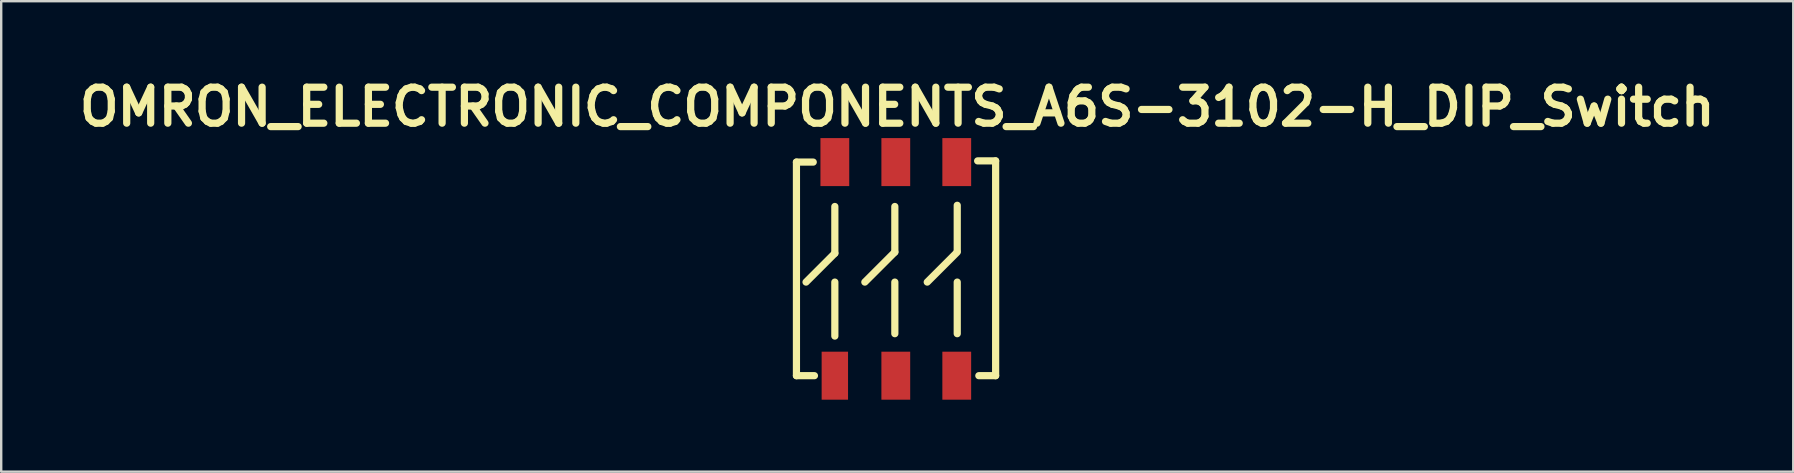
<source format=kicad_pcb>
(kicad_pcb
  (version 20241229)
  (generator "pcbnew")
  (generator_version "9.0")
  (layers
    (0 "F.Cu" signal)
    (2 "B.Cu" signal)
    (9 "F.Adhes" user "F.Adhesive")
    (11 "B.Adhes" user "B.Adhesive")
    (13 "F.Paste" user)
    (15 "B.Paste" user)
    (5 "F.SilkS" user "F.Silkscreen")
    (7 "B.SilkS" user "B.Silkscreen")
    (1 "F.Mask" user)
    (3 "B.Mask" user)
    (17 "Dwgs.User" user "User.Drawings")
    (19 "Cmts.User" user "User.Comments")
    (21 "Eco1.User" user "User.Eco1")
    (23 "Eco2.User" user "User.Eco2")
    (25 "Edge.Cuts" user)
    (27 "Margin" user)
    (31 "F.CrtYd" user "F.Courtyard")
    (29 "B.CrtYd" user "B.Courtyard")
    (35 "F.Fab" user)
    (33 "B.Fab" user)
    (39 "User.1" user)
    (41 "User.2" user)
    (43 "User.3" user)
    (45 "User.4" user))
  (footprint "OMRON_ELECTRONIC_COMPONENTS_A6S-3102-H_DIP_Switch"
    (layer "F.Cu")
    (at 31.736 12.604)
    (property "Reference" "OMRON_ELECTRONIC_COMPONENTS_A6S-3102-H_DIP_Switch" (at 2.6 -11.2 0) (layer "F.SilkS") (effects (font (size 1.5 1.5) (thickness 0.3))))
    (attr through_hole)
    (fp_line (start -1.6 -8.9) (end -1.6 0) (stroke (width 0.3) (type solid)) (layer "F.SilkS"))
    (fp_line (start -1.6 -8.9) (end -0.9 -8.9) (stroke (width 0.3) (type solid)) (layer "F.SilkS"))
    (fp_line (start -1.6 0) (end -0.85 0) (stroke (width 0.3) (type solid)) (layer "F.SilkS"))
    (fp_line (start 0 -7.05) (end 0 -5.1) (stroke (width 0.3) (type solid)) (layer "F.SilkS"))
    (fp_line (start 0 -5.1) (end -1.2 -3.9) (stroke (width 0.3) (type solid)) (layer "F.SilkS"))
    (fp_line (start 0 -3.9) (end 0 -1.65) (stroke (width 0.3) (type solid)) (layer "F.SilkS"))
    (fp_line (start 2.5 -7.05) (end 2.5 -5.15) (stroke (width 0.3) (type solid)) (layer "F.SilkS"))
    (fp_line (start 2.5 -5.15) (end 1.25 -3.9) (stroke (width 0.3) (type solid)) (layer "F.SilkS"))
    (fp_line (start 2.5 -3.9) (end 2.5 -1.75) (stroke (width 0.3) (type solid)) (layer "F.SilkS"))
    (fp_line (start 5.1 -7.1) (end 5.1 -5.2) (stroke (width 0.3) (type solid)) (layer "F.SilkS"))
    (fp_line (start 5.1 -5.15) (end 3.85 -3.9) (stroke (width 0.3) (type solid)) (layer "F.SilkS"))
    (fp_line (start 5.1 -3.9) (end 5.1 -1.75) (stroke (width 0.3) (type solid)) (layer "F.SilkS"))
    (fp_line (start 6.7 -8.95) (end 5.95 -8.95) (stroke (width 0.3) (type solid)) (layer "F.SilkS"))
    (fp_line (start 6.7 -8.95) (end 6.7 0) (stroke (width 0.3) (type solid)) (layer "F.SilkS"))
    (fp_line (start 6.7 0) (end 6 0) (stroke (width 0.3) (type solid)) (layer "F.SilkS"))
    (pad "1" smd rect (at 0 0) (size 1.1 2) (layers "F.Cu" "F.Mask" "F.Paste"))
    (pad "2" smd rect (at 2.54 0) (size 1.2 2) (layers "F.Cu" "F.Mask" "F.Paste"))
    (pad "3" smd rect (at 5.08 0) (size 1.2 2) (layers "F.Cu" "F.Mask" "F.Paste"))
    (pad "4" smd rect (at 5.08 -8.9) (size 1.2 2) (layers "F.Cu" "F.Mask" "F.Paste"))
    (pad "5" smd rect (at 2.54 -8.9) (size 1.2 2) (layers "F.Cu" "F.Mask" "F.Paste"))
    (pad "6" smd rect (at 0 -8.9) (size 1.2 2) (layers "F.Cu" "F.Mask" "F.Paste")))
  (gr_rect
    (start -3 -3)
    (end 71.671 16.604)
    (stroke (width 0.1) (type default))
    (fill no)
    (layer "Edge.Cuts")))
</source>
